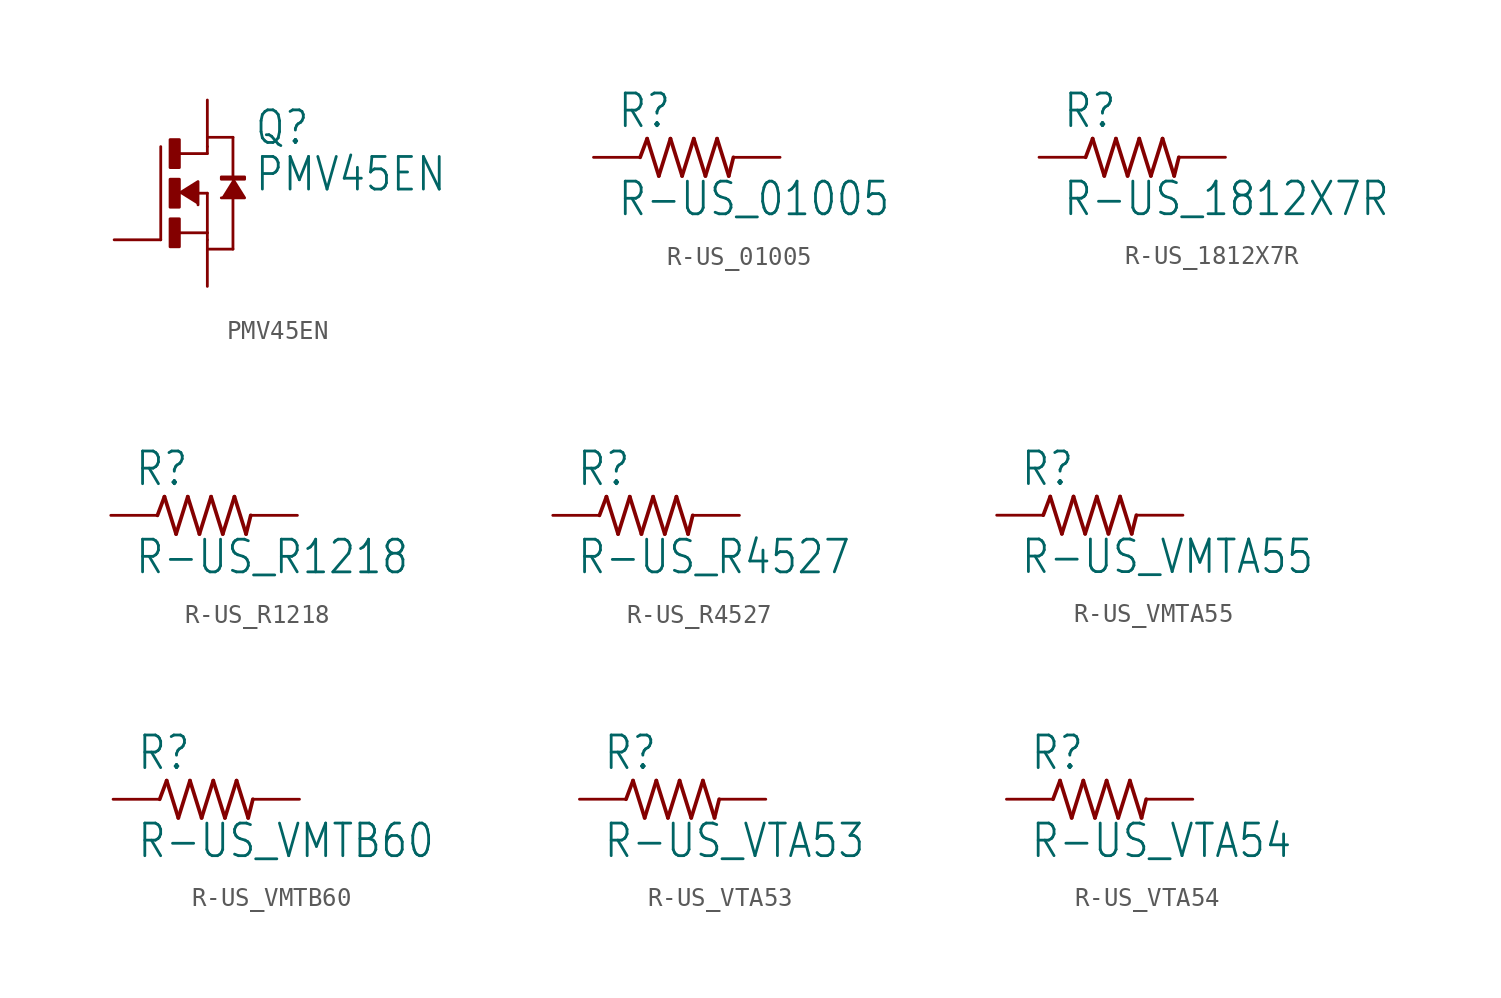
<source format=kicad_sym>
(kicad_symbol_lib
  (version 20220914)
  (generator kicad_symbol_editor)
  (symbol "PMV45EN"
    (property "Reference" "Q"
      (at 2.54 2.54 0)
      (effects (font (size 1.778 1.511)) (justify left bottom)))
    (property "Value" "PMV45EN"
      (at 2.54 0 0)
      (effects (font (size 1.778 1.511)) (justify left bottom)))
    (property "ki_locked" ""
      (at 0 0 0)
      (effects (font (size 1.27 1.27))))
    (symbol "PMV45EN_1_0"
      (rectangle (start -2.032 -2.921) (end -1.524 -1.397) (stroke (width 0) (type default)) (fill (type outline)))
      (rectangle (start -2.032 -0.762) (end -1.524 0.762) (stroke (width 0) (type default)) (fill (type outline)))
      (rectangle (start -2.032 1.397) (end -1.524 2.921) (stroke (width 0) (type default)) (fill (type outline)))
      (polyline (pts (xy -2.54 -2.54) (xy -2.54 2.54)) (stroke (width 0.152) (type default)) (fill (type none)))
      (polyline (pts (xy -1.524 -2.159) (xy 0 -2.159)) (stroke (width 0.152) (type default)) (fill (type none)))
      (polyline (pts (xy -1.524 2.159) (xy 0 2.159)) (stroke (width 0.152) (type default)) (fill (type none)))
      (polyline (pts (xy -0.508 0) (xy 0 0)) (stroke (width 0.152) (type default)) (fill (type none)))
      (polyline (pts (xy 0 -2.159) (xy 0 -2.54)) (stroke (width 0.152) (type default)) (fill (type none)))
      (polyline (pts (xy 0 0) (xy 0 -2.159)) (stroke (width 0.152) (type default)) (fill (type none)))
      (polyline (pts (xy 0 2.159) (xy 0 2.54)) (stroke (width 0.152) (type default)) (fill (type none)))
      (polyline (pts (xy 0 3.048) (xy 1.397 3.048)) (stroke (width 0.152) (type default)) (fill (type none)))
      (polyline (pts (xy 1.397 -3.048) (xy 0 -3.048)) (stroke (width 0.152) (type default)) (fill (type none)))
      (polyline (pts (xy 1.397 -0.254) (xy 1.397 -3.048)) (stroke (width 0.152) (type default)) (fill (type none)))
      (polyline (pts (xy 1.397 3.048) (xy 1.397 0.762)) (stroke (width 0.152) (type default)) (fill (type none)))
      (polyline (pts (xy -1.524 0) (xy -0.508 0.635) (xy -0.508 -0.635)) (stroke (width 0) (type default)) (fill (type outline)))
      (polyline (pts (xy 1.397 0.762) (xy 2.032 -0.254) (xy 0.762 -0.254)) (stroke (width 0) (type default)) (fill (type outline)))
      (rectangle (start 0.762 0.762) (end 2.032 0.889) (stroke (width 0) (type default)) (fill (type outline)))
      (pin passive line (at -5.08 -2.54 0) (length 2.54) (name "G" (effects (font (size 0 0)))) (number "1" (effects (font (size 0 0)))))
      (pin passive line (at 0 -5.08 90) (length 2.54) (name "S" (effects (font (size 0 0)))) (number "2" (effects (font (size 0 0)))))
      (pin passive line (at 0 5.08 270) (length 2.54) (name "D" (effects (font (size 0 0)))) (number "3" (effects (font (size 0 0)))))))
  (symbol "R-US_01005"
    (property "Reference" "R"
      (at -3.81 1.499 0)
      (effects (font (size 1.778 1.511)) (justify left bottom)))
    (property "Value" "R-US_01005"
      (at -3.81 -3.302 0)
      (effects (font (size 1.778 1.511)) (justify left bottom)))
    (property "ki_locked" ""
      (at 0 0 0)
      (effects (font (size 1.27 1.27))))
    (symbol "R-US_01005_1_0"
      (polyline (pts (xy -2.54 0) (xy -2.159 1.016)) (stroke (width 0.203) (type default)) (fill (type none)))
      (polyline (pts (xy -2.159 1.016) (xy -1.524 -1.016)) (stroke (width 0.203) (type default)) (fill (type none)))
      (polyline (pts (xy -1.524 -1.016) (xy -0.889 1.016)) (stroke (width 0.203) (type default)) (fill (type none)))
      (polyline (pts (xy -0.889 1.016) (xy -0.254 -1.016)) (stroke (width 0.203) (type default)) (fill (type none)))
      (polyline (pts (xy -0.254 -1.016) (xy 0.381 1.016)) (stroke (width 0.203) (type default)) (fill (type none)))
      (polyline (pts (xy 0.381 1.016) (xy 1.016 -1.016)) (stroke (width 0.203) (type default)) (fill (type none)))
      (polyline (pts (xy 1.016 -1.016) (xy 1.651 1.016)) (stroke (width 0.203) (type default)) (fill (type none)))
      (polyline (pts (xy 1.651 1.016) (xy 2.286 -1.016)) (stroke (width 0.203) (type default)) (fill (type none)))
      (polyline (pts (xy 2.286 -1.016) (xy 2.54 0)) (stroke (width 0.203) (type default)) (fill (type none)))
      (pin passive line (at -5.08 0 0) (length 2.54) (name "1" (effects (font (size 0 0)))) (number "1" (effects (font (size 0 0)))))
      (pin passive line (at 5.08 0 180) (length 2.54) (name "2" (effects (font (size 0 0)))) (number "2" (effects (font (size 0 0)))))))
  (symbol "R-US_1812X7R"
    (property "Reference" "R"
      (at -3.81 1.499 0)
      (effects (font (size 1.778 1.511)) (justify left bottom)))
    (property "Value" "R-US_1812X7R"
      (at -3.81 -3.302 0)
      (effects (font (size 1.778 1.511)) (justify left bottom)))
    (property "ki_locked" ""
      (at 0 0 0)
      (effects (font (size 1.27 1.27))))
    (symbol "R-US_1812X7R_1_0"
      (polyline (pts (xy -2.54 0) (xy -2.159 1.016)) (stroke (width 0.203) (type default)) (fill (type none)))
      (polyline (pts (xy -2.159 1.016) (xy -1.524 -1.016)) (stroke (width 0.203) (type default)) (fill (type none)))
      (polyline (pts (xy -1.524 -1.016) (xy -0.889 1.016)) (stroke (width 0.203) (type default)) (fill (type none)))
      (polyline (pts (xy -0.889 1.016) (xy -0.254 -1.016)) (stroke (width 0.203) (type default)) (fill (type none)))
      (polyline (pts (xy -0.254 -1.016) (xy 0.381 1.016)) (stroke (width 0.203) (type default)) (fill (type none)))
      (polyline (pts (xy 0.381 1.016) (xy 1.016 -1.016)) (stroke (width 0.203) (type default)) (fill (type none)))
      (polyline (pts (xy 1.016 -1.016) (xy 1.651 1.016)) (stroke (width 0.203) (type default)) (fill (type none)))
      (polyline (pts (xy 1.651 1.016) (xy 2.286 -1.016)) (stroke (width 0.203) (type default)) (fill (type none)))
      (polyline (pts (xy 2.286 -1.016) (xy 2.54 0)) (stroke (width 0.203) (type default)) (fill (type none)))
      (pin passive line (at -5.08 0 0) (length 2.54) (name "1" (effects (font (size 0 0)))) (number "1" (effects (font (size 0 0)))))
      (pin passive line (at 5.08 0 180) (length 2.54) (name "2" (effects (font (size 0 0)))) (number "2" (effects (font (size 0 0)))))))
  (symbol "R-US_R1218"
    (property "Reference" "R"
      (at -3.81 1.499 0)
      (effects (font (size 1.778 1.511)) (justify left bottom)))
    (property "Value" "R-US_R1218"
      (at -3.81 -3.302 0)
      (effects (font (size 1.778 1.511)) (justify left bottom)))
    (property "ki_locked" ""
      (at 0 0 0)
      (effects (font (size 1.27 1.27))))
    (symbol "R-US_R1218_1_0"
      (polyline (pts (xy -2.54 0) (xy -2.159 1.016)) (stroke (width 0.203) (type default)) (fill (type none)))
      (polyline (pts (xy -2.159 1.016) (xy -1.524 -1.016)) (stroke (width 0.203) (type default)) (fill (type none)))
      (polyline (pts (xy -1.524 -1.016) (xy -0.889 1.016)) (stroke (width 0.203) (type default)) (fill (type none)))
      (polyline (pts (xy -0.889 1.016) (xy -0.254 -1.016)) (stroke (width 0.203) (type default)) (fill (type none)))
      (polyline (pts (xy -0.254 -1.016) (xy 0.381 1.016)) (stroke (width 0.203) (type default)) (fill (type none)))
      (polyline (pts (xy 0.381 1.016) (xy 1.016 -1.016)) (stroke (width 0.203) (type default)) (fill (type none)))
      (polyline (pts (xy 1.016 -1.016) (xy 1.651 1.016)) (stroke (width 0.203) (type default)) (fill (type none)))
      (polyline (pts (xy 1.651 1.016) (xy 2.286 -1.016)) (stroke (width 0.203) (type default)) (fill (type none)))
      (polyline (pts (xy 2.286 -1.016) (xy 2.54 0)) (stroke (width 0.203) (type default)) (fill (type none)))
      (pin passive line (at -5.08 0 0) (length 2.54) (name "1" (effects (font (size 0 0)))) (number "1" (effects (font (size 0 0)))))
      (pin passive line (at 5.08 0 180) (length 2.54) (name "2" (effects (font (size 0 0)))) (number "2" (effects (font (size 0 0)))))))
  (symbol "R-US_R4527"
    (property "Reference" "R"
      (at -3.81 1.499 0)
      (effects (font (size 1.778 1.511)) (justify left bottom)))
    (property "Value" "R-US_R4527"
      (at -3.81 -3.302 0)
      (effects (font (size 1.778 1.511)) (justify left bottom)))
    (property "ki_locked" ""
      (at 0 0 0)
      (effects (font (size 1.27 1.27))))
    (symbol "R-US_R4527_1_0"
      (polyline (pts (xy -2.54 0) (xy -2.159 1.016)) (stroke (width 0.203) (type default)) (fill (type none)))
      (polyline (pts (xy -2.159 1.016) (xy -1.524 -1.016)) (stroke (width 0.203) (type default)) (fill (type none)))
      (polyline (pts (xy -1.524 -1.016) (xy -0.889 1.016)) (stroke (width 0.203) (type default)) (fill (type none)))
      (polyline (pts (xy -0.889 1.016) (xy -0.254 -1.016)) (stroke (width 0.203) (type default)) (fill (type none)))
      (polyline (pts (xy -0.254 -1.016) (xy 0.381 1.016)) (stroke (width 0.203) (type default)) (fill (type none)))
      (polyline (pts (xy 0.381 1.016) (xy 1.016 -1.016)) (stroke (width 0.203) (type default)) (fill (type none)))
      (polyline (pts (xy 1.016 -1.016) (xy 1.651 1.016)) (stroke (width 0.203) (type default)) (fill (type none)))
      (polyline (pts (xy 1.651 1.016) (xy 2.286 -1.016)) (stroke (width 0.203) (type default)) (fill (type none)))
      (polyline (pts (xy 2.286 -1.016) (xy 2.54 0)) (stroke (width 0.203) (type default)) (fill (type none)))
      (pin passive line (at -5.08 0 0) (length 2.54) (name "1" (effects (font (size 0 0)))) (number "1" (effects (font (size 0 0)))))
      (pin passive line (at 5.08 0 180) (length 2.54) (name "2" (effects (font (size 0 0)))) (number "2" (effects (font (size 0 0)))))))
  (symbol "R-US_VMTA55"
    (property "Reference" "R"
      (at -3.81 1.499 0)
      (effects (font (size 1.778 1.511)) (justify left bottom)))
    (property "Value" "R-US_VMTA55"
      (at -3.81 -3.302 0)
      (effects (font (size 1.778 1.511)) (justify left bottom)))
    (property "ki_locked" ""
      (at 0 0 0)
      (effects (font (size 1.27 1.27))))
    (symbol "R-US_VMTA55_1_0"
      (polyline (pts (xy -2.54 0) (xy -2.159 1.016)) (stroke (width 0.203) (type default)) (fill (type none)))
      (polyline (pts (xy -2.159 1.016) (xy -1.524 -1.016)) (stroke (width 0.203) (type default)) (fill (type none)))
      (polyline (pts (xy -1.524 -1.016) (xy -0.889 1.016)) (stroke (width 0.203) (type default)) (fill (type none)))
      (polyline (pts (xy -0.889 1.016) (xy -0.254 -1.016)) (stroke (width 0.203) (type default)) (fill (type none)))
      (polyline (pts (xy -0.254 -1.016) (xy 0.381 1.016)) (stroke (width 0.203) (type default)) (fill (type none)))
      (polyline (pts (xy 0.381 1.016) (xy 1.016 -1.016)) (stroke (width 0.203) (type default)) (fill (type none)))
      (polyline (pts (xy 1.016 -1.016) (xy 1.651 1.016)) (stroke (width 0.203) (type default)) (fill (type none)))
      (polyline (pts (xy 1.651 1.016) (xy 2.286 -1.016)) (stroke (width 0.203) (type default)) (fill (type none)))
      (polyline (pts (xy 2.286 -1.016) (xy 2.54 0)) (stroke (width 0.203) (type default)) (fill (type none)))
      (pin passive line (at -5.08 0 0) (length 2.54) (name "1" (effects (font (size 0 0)))) (number "1" (effects (font (size 0 0)))))
      (pin passive line (at 5.08 0 180) (length 2.54) (name "2" (effects (font (size 0 0)))) (number "2" (effects (font (size 0 0)))))))
  (symbol "R-US_VMTB60"
    (property "Reference" "R"
      (at -3.81 1.499 0)
      (effects (font (size 1.778 1.511)) (justify left bottom)))
    (property "Value" "R-US_VMTB60"
      (at -3.81 -3.302 0)
      (effects (font (size 1.778 1.511)) (justify left bottom)))
    (property "ki_locked" ""
      (at 0 0 0)
      (effects (font (size 1.27 1.27))))
    (symbol "R-US_VMTB60_1_0"
      (polyline (pts (xy -2.54 0) (xy -2.159 1.016)) (stroke (width 0.203) (type default)) (fill (type none)))
      (polyline (pts (xy -2.159 1.016) (xy -1.524 -1.016)) (stroke (width 0.203) (type default)) (fill (type none)))
      (polyline (pts (xy -1.524 -1.016) (xy -0.889 1.016)) (stroke (width 0.203) (type default)) (fill (type none)))
      (polyline (pts (xy -0.889 1.016) (xy -0.254 -1.016)) (stroke (width 0.203) (type default)) (fill (type none)))
      (polyline (pts (xy -0.254 -1.016) (xy 0.381 1.016)) (stroke (width 0.203) (type default)) (fill (type none)))
      (polyline (pts (xy 0.381 1.016) (xy 1.016 -1.016)) (stroke (width 0.203) (type default)) (fill (type none)))
      (polyline (pts (xy 1.016 -1.016) (xy 1.651 1.016)) (stroke (width 0.203) (type default)) (fill (type none)))
      (polyline (pts (xy 1.651 1.016) (xy 2.286 -1.016)) (stroke (width 0.203) (type default)) (fill (type none)))
      (polyline (pts (xy 2.286 -1.016) (xy 2.54 0)) (stroke (width 0.203) (type default)) (fill (type none)))
      (pin passive line (at -5.08 0 0) (length 2.54) (name "1" (effects (font (size 0 0)))) (number "1" (effects (font (size 0 0)))))
      (pin passive line (at 5.08 0 180) (length 2.54) (name "2" (effects (font (size 0 0)))) (number "2" (effects (font (size 0 0)))))))
  (symbol "R-US_VTA53"
    (property "Reference" "R"
      (at -3.81 1.499 0)
      (effects (font (size 1.778 1.511)) (justify left bottom)))
    (property "Value" "R-US_VTA53"
      (at -3.81 -3.302 0)
      (effects (font (size 1.778 1.511)) (justify left bottom)))
    (property "ki_locked" ""
      (at 0 0 0)
      (effects (font (size 1.27 1.27))))
    (symbol "R-US_VTA53_1_0"
      (polyline (pts (xy -2.54 0) (xy -2.159 1.016)) (stroke (width 0.203) (type default)) (fill (type none)))
      (polyline (pts (xy -2.159 1.016) (xy -1.524 -1.016)) (stroke (width 0.203) (type default)) (fill (type none)))
      (polyline (pts (xy -1.524 -1.016) (xy -0.889 1.016)) (stroke (width 0.203) (type default)) (fill (type none)))
      (polyline (pts (xy -0.889 1.016) (xy -0.254 -1.016)) (stroke (width 0.203) (type default)) (fill (type none)))
      (polyline (pts (xy -0.254 -1.016) (xy 0.381 1.016)) (stroke (width 0.203) (type default)) (fill (type none)))
      (polyline (pts (xy 0.381 1.016) (xy 1.016 -1.016)) (stroke (width 0.203) (type default)) (fill (type none)))
      (polyline (pts (xy 1.016 -1.016) (xy 1.651 1.016)) (stroke (width 0.203) (type default)) (fill (type none)))
      (polyline (pts (xy 1.651 1.016) (xy 2.286 -1.016)) (stroke (width 0.203) (type default)) (fill (type none)))
      (polyline (pts (xy 2.286 -1.016) (xy 2.54 0)) (stroke (width 0.203) (type default)) (fill (type none)))
      (pin passive line (at -5.08 0 0) (length 2.54) (name "1" (effects (font (size 0 0)))) (number "1" (effects (font (size 0 0)))))
      (pin passive line (at 5.08 0 180) (length 2.54) (name "2" (effects (font (size 0 0)))) (number "2" (effects (font (size 0 0)))))))
  (symbol "R-US_VTA54"
    (property "Reference" "R"
      (at -3.81 1.499 0)
      (effects (font (size 1.778 1.511)) (justify left bottom)))
    (property "Value" "R-US_VTA54"
      (at -3.81 -3.302 0)
      (effects (font (size 1.778 1.511)) (justify left bottom)))
    (property "ki_locked" ""
      (at 0 0 0)
      (effects (font (size 1.27 1.27))))
    (symbol "R-US_VTA54_1_0"
      (polyline (pts (xy -2.54 0) (xy -2.159 1.016)) (stroke (width 0.203) (type default)) (fill (type none)))
      (polyline (pts (xy -2.159 1.016) (xy -1.524 -1.016)) (stroke (width 0.203) (type default)) (fill (type none)))
      (polyline (pts (xy -1.524 -1.016) (xy -0.889 1.016)) (stroke (width 0.203) (type default)) (fill (type none)))
      (polyline (pts (xy -0.889 1.016) (xy -0.254 -1.016)) (stroke (width 0.203) (type default)) (fill (type none)))
      (polyline (pts (xy -0.254 -1.016) (xy 0.381 1.016)) (stroke (width 0.203) (type default)) (fill (type none)))
      (polyline (pts (xy 0.381 1.016) (xy 1.016 -1.016)) (stroke (width 0.203) (type default)) (fill (type none)))
      (polyline (pts (xy 1.016 -1.016) (xy 1.651 1.016)) (stroke (width 0.203) (type default)) (fill (type none)))
      (polyline (pts (xy 1.651 1.016) (xy 2.286 -1.016)) (stroke (width 0.203) (type default)) (fill (type none)))
      (polyline (pts (xy 2.286 -1.016) (xy 2.54 0)) (stroke (width 0.203) (type default)) (fill (type none)))
      (pin passive line (at -5.08 0 0) (length 2.54) (name "1" (effects (font (size 0 0)))) (number "1" (effects (font (size 0 0)))))
      (pin passive line (at 5.08 0 180) (length 2.54) (name "2" (effects (font (size 0 0)))) (number "2" (effects (font (size 0 0))))))))
</source>
